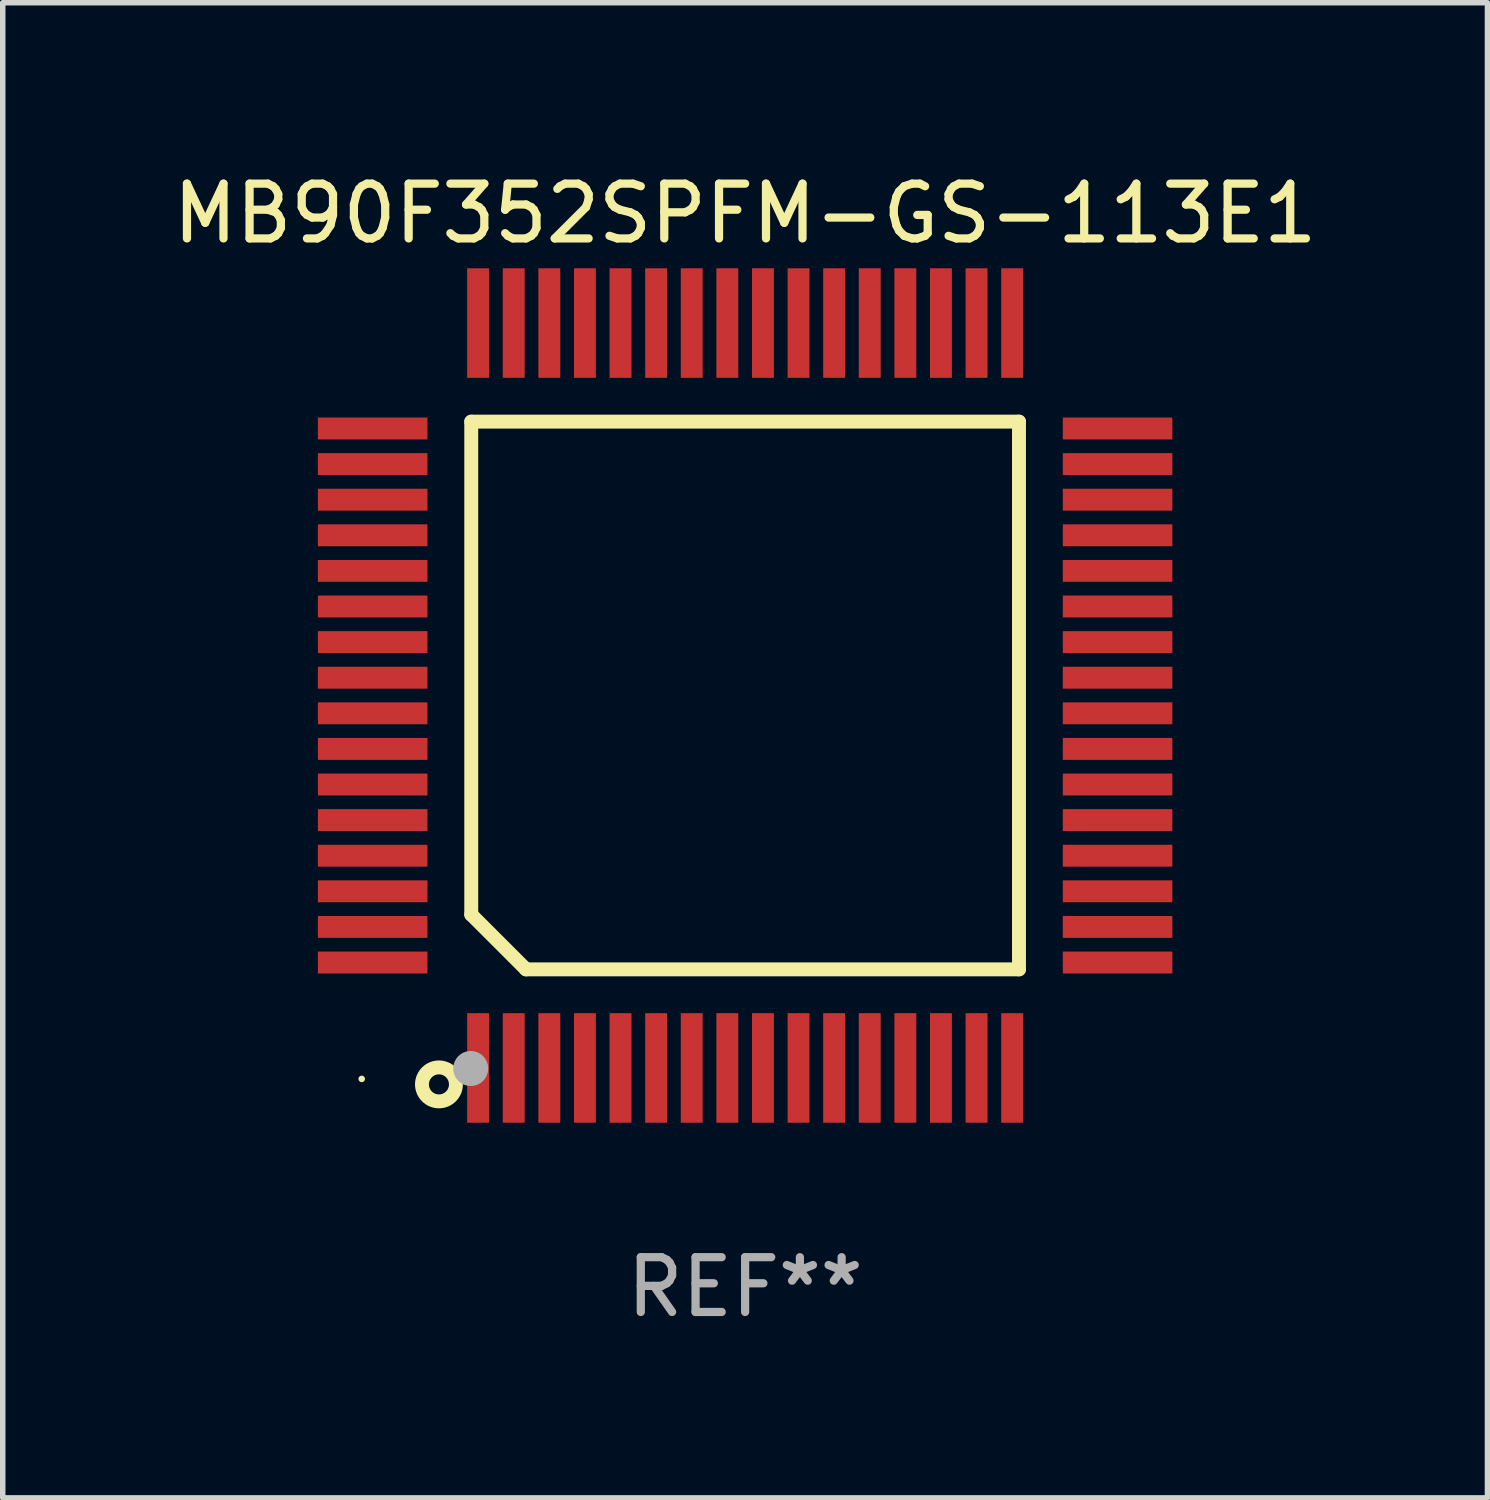
<source format=kicad_pcb>
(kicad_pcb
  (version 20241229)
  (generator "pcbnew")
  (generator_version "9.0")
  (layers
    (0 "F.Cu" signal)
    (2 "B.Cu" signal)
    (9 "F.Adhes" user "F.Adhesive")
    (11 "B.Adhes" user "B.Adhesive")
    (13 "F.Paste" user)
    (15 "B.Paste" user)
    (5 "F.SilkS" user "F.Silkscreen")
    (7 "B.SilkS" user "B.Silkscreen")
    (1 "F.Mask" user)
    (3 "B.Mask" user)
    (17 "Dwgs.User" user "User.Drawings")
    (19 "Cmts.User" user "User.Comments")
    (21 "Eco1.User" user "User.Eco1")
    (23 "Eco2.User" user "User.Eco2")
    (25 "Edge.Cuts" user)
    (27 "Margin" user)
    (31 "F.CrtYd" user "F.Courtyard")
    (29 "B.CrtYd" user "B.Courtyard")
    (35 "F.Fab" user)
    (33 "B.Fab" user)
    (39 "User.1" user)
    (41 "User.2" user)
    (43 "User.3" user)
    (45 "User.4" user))
  (footprint "MB90F352SPFM-GS-113E1"
    (layer "F.Cu")
    (at 10.554 9.648)
    (property "Reference" "MB90F352SPFM-GS-113E1" (at 0 -8.8 0) (layer "F.SilkS") (effects (font (size 1 1) (thickness 0.15))))
    (attr through_hole)
    (fp_line (start -5 -5) (end 5 -5) (stroke (width 0.254) (type solid)) (layer "F.SilkS"))
    (fp_line (start -5 4) (end -5 -5) (stroke (width 0.254) (type solid)) (layer "F.SilkS"))
    (fp_line (start -4 5) (end -5 4) (stroke (width 0.254) (type solid)) (layer "F.SilkS"))
    (fp_line (start 5 -5) (end 5 5) (stroke (width 0.254) (type solid)) (layer "F.SilkS"))
    (fp_line (start 5 5) (end -4 5) (stroke (width 0.254) (type solid)) (layer "F.SilkS"))
    (fp_circle (center -7 7) (end -6.97 7) (stroke (width 0.06) (type solid)) (fill no) (layer "F.SilkS"))
    (fp_circle (center -5.59 7.1) (end -5.28 7.1) (stroke (width 0.254) (type solid)) (fill no) (layer "F.SilkS"))
    (fp_circle (center -5.01 6.81) (end -4.85 6.81) (stroke (width 0.32) (type solid)) (fill no) (layer "F.Fab"))
    (fp_text user "REF**" (at 0 10.8 0) (layer "F.Fab") (effects (font (size 1 1) (thickness 0.15))))
    (pad "1" smd rect (at -4.875 6.8) (size 0.4 2) (layers "F.Cu" "F.Mask" "F.Paste"))
    (pad "2" smd rect (at -4.225 6.8) (size 0.4 2) (layers "F.Cu" "F.Mask" "F.Paste"))
    (pad "3" smd rect (at -3.575 6.8) (size 0.4 2) (layers "F.Cu" "F.Mask" "F.Paste"))
    (pad "4" smd rect (at -2.925 6.8) (size 0.4 2) (layers "F.Cu" "F.Mask" "F.Paste"))
    (pad "5" smd rect (at -2.275 6.8) (size 0.4 2) (layers "F.Cu" "F.Mask" "F.Paste"))
    (pad "6" smd rect (at -1.625 6.8) (size 0.4 2) (layers "F.Cu" "F.Mask" "F.Paste"))
    (pad "7" smd rect (at -0.975 6.8) (size 0.4 2) (layers "F.Cu" "F.Mask" "F.Paste"))
    (pad "8" smd rect (at -0.325 6.8) (size 0.4 2) (layers "F.Cu" "F.Mask" "F.Paste"))
    (pad "9" smd rect (at 0.325 6.8) (size 0.4 2) (layers "F.Cu" "F.Mask" "F.Paste"))
    (pad "10" smd rect (at 0.975 6.8) (size 0.4 2) (layers "F.Cu" "F.Mask" "F.Paste"))
    (pad "11" smd rect (at 1.625 6.8) (size 0.4 2) (layers "F.Cu" "F.Mask" "F.Paste"))
    (pad "12" smd rect (at 2.275 6.8) (size 0.4 2) (layers "F.Cu" "F.Mask" "F.Paste"))
    (pad "13" smd rect (at 2.925 6.8) (size 0.4 2) (layers "F.Cu" "F.Mask" "F.Paste"))
    (pad "14" smd rect (at 3.575 6.8) (size 0.4 2) (layers "F.Cu" "F.Mask" "F.Paste"))
    (pad "15" smd rect (at 4.225 6.8) (size 0.4 2) (layers "F.Cu" "F.Mask" "F.Paste"))
    (pad "16" smd rect (at 4.875 6.8) (size 0.4 2) (layers "F.Cu" "F.Mask" "F.Paste"))
    (pad "17" smd rect (at 6.8 4.875) (size 2 0.4) (layers "F.Cu" "F.Mask" "F.Paste"))
    (pad "18" smd rect (at 6.8 4.225) (size 2 0.4) (layers "F.Cu" "F.Mask" "F.Paste"))
    (pad "19" smd rect (at 6.8 3.575) (size 2 0.4) (layers "F.Cu" "F.Mask" "F.Paste"))
    (pad "20" smd rect (at 6.8 2.925) (size 2 0.4) (layers "F.Cu" "F.Mask" "F.Paste"))
    (pad "21" smd rect (at 6.8 2.275) (size 2 0.4) (layers "F.Cu" "F.Mask" "F.Paste"))
    (pad "22" smd rect (at 6.8 1.625) (size 2 0.4) (layers "F.Cu" "F.Mask" "F.Paste"))
    (pad "23" smd rect (at 6.8 0.975) (size 2 0.4) (layers "F.Cu" "F.Mask" "F.Paste"))
    (pad "24" smd rect (at 6.8 0.325) (size 2 0.4) (layers "F.Cu" "F.Mask" "F.Paste"))
    (pad "25" smd rect (at 6.8 -0.325) (size 2 0.4) (layers "F.Cu" "F.Mask" "F.Paste"))
    (pad "26" smd rect (at 6.8 -0.975) (size 2 0.4) (layers "F.Cu" "F.Mask" "F.Paste"))
    (pad "27" smd rect (at 6.8 -1.625) (size 2 0.4) (layers "F.Cu" "F.Mask" "F.Paste"))
    (pad "28" smd rect (at 6.8 -2.275) (size 2 0.4) (layers "F.Cu" "F.Mask" "F.Paste"))
    (pad "29" smd rect (at 6.8 -2.925) (size 2 0.4) (layers "F.Cu" "F.Mask" "F.Paste"))
    (pad "30" smd rect (at 6.8 -3.575) (size 2 0.4) (layers "F.Cu" "F.Mask" "F.Paste"))
    (pad "31" smd rect (at 6.8 -4.225) (size 2 0.4) (layers "F.Cu" "F.Mask" "F.Paste"))
    (pad "32" smd rect (at 6.8 -4.875) (size 2 0.4) (layers "F.Cu" "F.Mask" "F.Paste"))
    (pad "33" smd rect (at 4.875 -6.8) (size 0.4 2) (layers "F.Cu" "F.Mask" "F.Paste"))
    (pad "34" smd rect (at 4.225 -6.8) (size 0.4 2) (layers "F.Cu" "F.Mask" "F.Paste"))
    (pad "35" smd rect (at 3.575 -6.8) (size 0.4 2) (layers "F.Cu" "F.Mask" "F.Paste"))
    (pad "36" smd rect (at 2.925 -6.8) (size 0.4 2) (layers "F.Cu" "F.Mask" "F.Paste"))
    (pad "37" smd rect (at 2.275 -6.8) (size 0.4 2) (layers "F.Cu" "F.Mask" "F.Paste"))
    (pad "38" smd rect (at 1.625 -6.8) (size 0.4 2) (layers "F.Cu" "F.Mask" "F.Paste"))
    (pad "39" smd rect (at 0.975 -6.8) (size 0.4 2) (layers "F.Cu" "F.Mask" "F.Paste"))
    (pad "40" smd rect (at 0.325 -6.8) (size 0.4 2) (layers "F.Cu" "F.Mask" "F.Paste"))
    (pad "41" smd rect (at -0.325 -6.8) (size 0.4 2) (layers "F.Cu" "F.Mask" "F.Paste"))
    (pad "42" smd rect (at -0.975 -6.8) (size 0.4 2) (layers "F.Cu" "F.Mask" "F.Paste"))
    (pad "43" smd rect (at -1.625 -6.8) (size 0.4 2) (layers "F.Cu" "F.Mask" "F.Paste"))
    (pad "44" smd rect (at -2.275 -6.8) (size 0.4 2) (layers "F.Cu" "F.Mask" "F.Paste"))
    (pad "45" smd rect (at -2.925 -6.8) (size 0.4 2) (layers "F.Cu" "F.Mask" "F.Paste"))
    (pad "46" smd rect (at -3.575 -6.8) (size 0.4 2) (layers "F.Cu" "F.Mask" "F.Paste"))
    (pad "47" smd rect (at -4.225 -6.8) (size 0.4 2) (layers "F.Cu" "F.Mask" "F.Paste"))
    (pad "48" smd rect (at -4.875 -6.8) (size 0.4 2) (layers "F.Cu" "F.Mask" "F.Paste"))
    (pad "49" smd rect (at -6.8 -4.875) (size 2 0.4) (layers "F.Cu" "F.Mask" "F.Paste"))
    (pad "50" smd rect (at -6.8 -4.225) (size 2 0.4) (layers "F.Cu" "F.Mask" "F.Paste"))
    (pad "51" smd rect (at -6.8 -3.575) (size 2 0.4) (layers "F.Cu" "F.Mask" "F.Paste"))
    (pad "52" smd rect (at -6.8 -2.925) (size 2 0.4) (layers "F.Cu" "F.Mask" "F.Paste"))
    (pad "53" smd rect (at -6.8 -2.275) (size 2 0.4) (layers "F.Cu" "F.Mask" "F.Paste"))
    (pad "54" smd rect (at -6.8 -1.625) (size 2 0.4) (layers "F.Cu" "F.Mask" "F.Paste"))
    (pad "55" smd rect (at -6.8 -0.975) (size 2 0.4) (layers "F.Cu" "F.Mask" "F.Paste"))
    (pad "56" smd rect (at -6.8 -0.325) (size 2 0.4) (layers "F.Cu" "F.Mask" "F.Paste"))
    (pad "57" smd rect (at -6.8 0.325) (size 2 0.4) (layers "F.Cu" "F.Mask" "F.Paste"))
    (pad "58" smd rect (at -6.8 0.975) (size 2 0.4) (layers "F.Cu" "F.Mask" "F.Paste"))
    (pad "59" smd rect (at -6.8 1.625) (size 2 0.4) (layers "F.Cu" "F.Mask" "F.Paste"))
    (pad "60" smd rect (at -6.8 2.275) (size 2 0.4) (layers "F.Cu" "F.Mask" "F.Paste"))
    (pad "61" smd rect (at -6.8 2.925) (size 2 0.4) (layers "F.Cu" "F.Mask" "F.Paste"))
    (pad "62" smd rect (at -6.8 3.575) (size 2 0.4) (layers "F.Cu" "F.Mask" "F.Paste"))
    (pad "63" smd rect (at -6.8 4.225) (size 2 0.4) (layers "F.Cu" "F.Mask" "F.Paste"))
    (pad "64" smd rect (at -6.8 4.875) (size 2 0.4) (layers "F.Cu" "F.Mask" "F.Paste")))
  (gr_rect
    (start -3 -3)
    (end 24.107 24.297)
    (stroke (width 0.1) (type default))
    (fill no)
    (layer "Edge.Cuts")))
</source>
